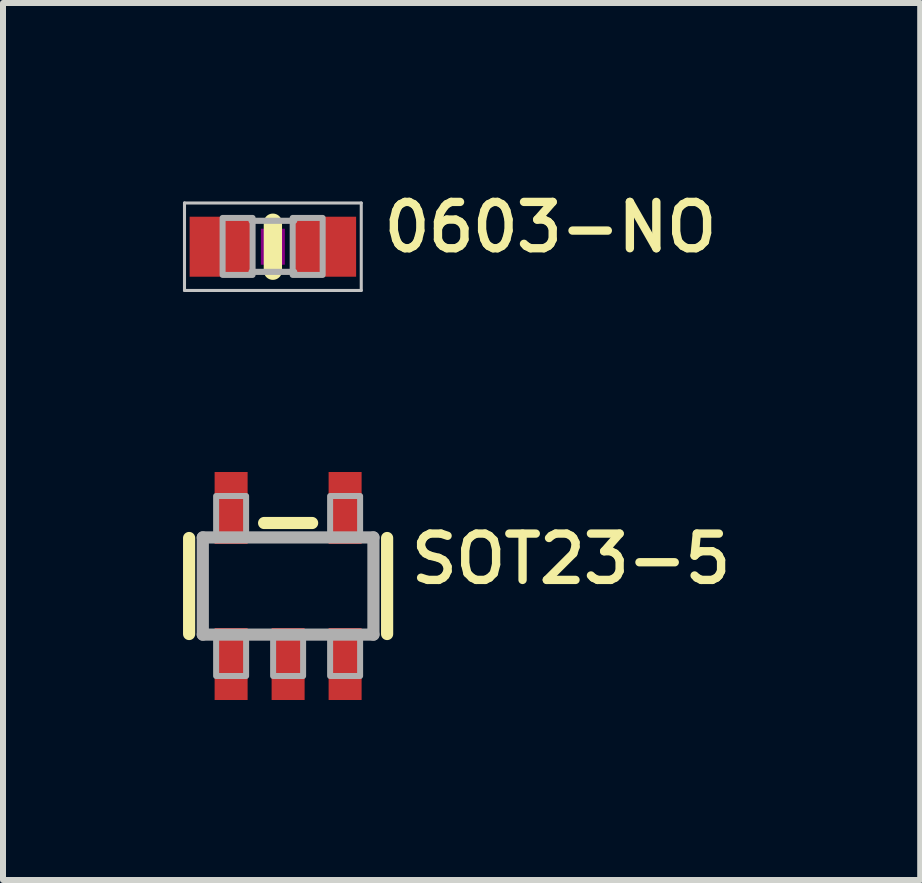
<source format=kicad_pcb>
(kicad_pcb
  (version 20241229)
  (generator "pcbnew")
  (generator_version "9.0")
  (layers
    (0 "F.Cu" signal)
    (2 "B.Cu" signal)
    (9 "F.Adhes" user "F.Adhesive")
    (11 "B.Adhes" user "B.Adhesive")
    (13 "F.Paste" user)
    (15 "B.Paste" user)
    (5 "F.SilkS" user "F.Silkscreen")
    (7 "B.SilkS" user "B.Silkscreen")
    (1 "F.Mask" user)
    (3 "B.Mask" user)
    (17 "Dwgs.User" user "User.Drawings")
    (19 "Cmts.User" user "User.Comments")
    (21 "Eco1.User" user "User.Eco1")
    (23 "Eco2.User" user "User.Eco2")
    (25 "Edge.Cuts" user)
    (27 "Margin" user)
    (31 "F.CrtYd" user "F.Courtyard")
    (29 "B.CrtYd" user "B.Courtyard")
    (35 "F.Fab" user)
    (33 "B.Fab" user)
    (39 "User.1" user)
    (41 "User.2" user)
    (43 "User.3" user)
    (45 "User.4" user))
  (footprint "0603-NO"
    (layer "F.Cu")
    (at 1.498 1.062)
    (property "Reference" "0603-NO" (at 1.778 0.127 0) (layer "F.SilkS") (effects (font (size 0.772 0.772) (thickness 0.139)) (justify left bottom)))
    (attr through_hole)
    (fp_line (start 0 -0.4) (end 0 0.4) (stroke (width 0.305) (type solid)) (layer "F.SilkS"))
    (fp_poly (pts (xy -0.2 0.3) (xy 0.2 0.3) (xy 0.2 -0.3) (xy -0.2 -0.3)) (stroke (width 0) (type solid)) (fill yes) (layer "F.Adhes"))
    (fp_line (start -1.473 -0.729) (end 1.473 -0.729) (stroke (width 0.051) (type solid)) (layer "Dwgs.User"))
    (fp_line (start -1.473 0.729) (end -1.473 -0.729) (stroke (width 0.051) (type solid)) (layer "Dwgs.User"))
    (fp_line (start 1.473 -0.729) (end 1.473 0.729) (stroke (width 0.051) (type solid)) (layer "Dwgs.User"))
    (fp_line (start 1.473 0.729) (end -1.473 0.729) (stroke (width 0.051) (type solid)) (layer "Dwgs.User"))
    (fp_line (start -0.356 -0.432) (end 0.356 -0.432) (stroke (width 0.102) (type solid)) (layer "F.Fab"))
    (fp_line (start -0.356 0.419) (end 0.356 0.419) (stroke (width 0.102) (type solid)) (layer "F.Fab"))
    (fp_poly (pts (xy -0.838 0.47) (xy -0.338 0.47) (xy -0.338 -0.48) (xy -0.838 -0.48)) (stroke (width 0.1) (type solid)) (fill no) (layer "F.Fab"))
    (fp_poly (pts (xy 0.33 0.47) (xy 0.83 0.47) (xy 0.83 -0.48) (xy 0.33 -0.48)) (stroke (width 0.1) (type solid)) (fill no) (layer "F.Fab"))
    (pad "1" smd rect (at -0.85 0) (size 1.075 1) (layers "F.Cu" "F.Mask" "F.Paste"))
    (pad "2" smd rect (at 0.85 0) (size 1.075 1) (layers "F.Cu" "F.Mask" "F.Paste")))
  (footprint "SOT23-5"
    (layer "F.Cu")
    (at 1.752 6.717)
    (property "Reference" "SOT23-5" (at 1.978 0 0) (layer "F.SilkS") (effects (font (size 0.772 0.772) (thickness 0.139)) (justify left bottom)))
    (attr through_hole)
    (fp_line (start -1.65 -0.8) (end -1.65 0.8) (stroke (width 0.203) (type solid)) (layer "F.SilkS"))
    (fp_line (start -0.4 -1.05) (end 0.4 -1.05) (stroke (width 0.203) (type solid)) (layer "F.SilkS"))
    (fp_line (start 1.65 -0.8) (end 1.65 0.8) (stroke (width 0.203) (type solid)) (layer "F.SilkS"))
    (fp_line (start -1.422 -0.81) (end 1.422 -0.81) (stroke (width 0.203) (type solid)) (layer "F.Fab"))
    (fp_line (start -1.422 0.81) (end -1.422 -0.81) (stroke (width 0.203) (type solid)) (layer "F.Fab"))
    (fp_line (start 1.422 -0.81) (end 1.422 0.81) (stroke (width 0.203) (type solid)) (layer "F.Fab"))
    (fp_line (start 1.422 0.81) (end -1.422 0.81) (stroke (width 0.203) (type solid)) (layer "F.Fab"))
    (fp_poly (pts (xy -1.2 -0.85) (xy -0.7 -0.85) (xy -0.7 -1.5) (xy -1.2 -1.5)) (stroke (width 0.1) (type solid)) (fill no) (layer "F.Fab"))
    (fp_poly (pts (xy -1.2 1.5) (xy -0.7 1.5) (xy -0.7 0.85) (xy -1.2 0.85)) (stroke (width 0.1) (type solid)) (fill no) (layer "F.Fab"))
    (fp_poly (pts (xy -0.25 1.5) (xy 0.25 1.5) (xy 0.25 0.85) (xy -0.25 0.85)) (stroke (width 0.1) (type solid)) (fill no) (layer "F.Fab"))
    (fp_poly (pts (xy 0.7 -0.85) (xy 1.2 -0.85) (xy 1.2 -1.5) (xy 0.7 -1.5)) (stroke (width 0.1) (type solid)) (fill no) (layer "F.Fab"))
    (fp_poly (pts (xy 0.7 1.5) (xy 1.2 1.5) (xy 1.2 0.85) (xy 0.7 0.85)) (stroke (width 0.1) (type solid)) (fill no) (layer "F.Fab"))
    (pad "1" smd rect (at -0.95 1.3) (size 0.55 1.2) (layers "F.Cu" "F.Mask" "F.Paste"))
    (pad "2" smd rect (at 0 1.3) (size 0.55 1.2) (layers "F.Cu" "F.Mask" "F.Paste"))
    (pad "3" smd rect (at 0.95 1.3) (size 0.55 1.2) (layers "F.Cu" "F.Mask" "F.Paste"))
    (pad "4" smd rect (at 0.95 -1.3) (size 0.55 1.2) (layers "F.Cu" "F.Mask" "F.Paste"))
    (pad "5" smd rect (at -0.95 -1.3) (size 0.55 1.2) (layers "F.Cu" "F.Mask" "F.Paste")))
  (gr_rect
    (start -3 -3)
    (end 12.287 11.617)
    (stroke (width 0.1) (type default))
    (fill no)
    (layer "Edge.Cuts")))
</source>
